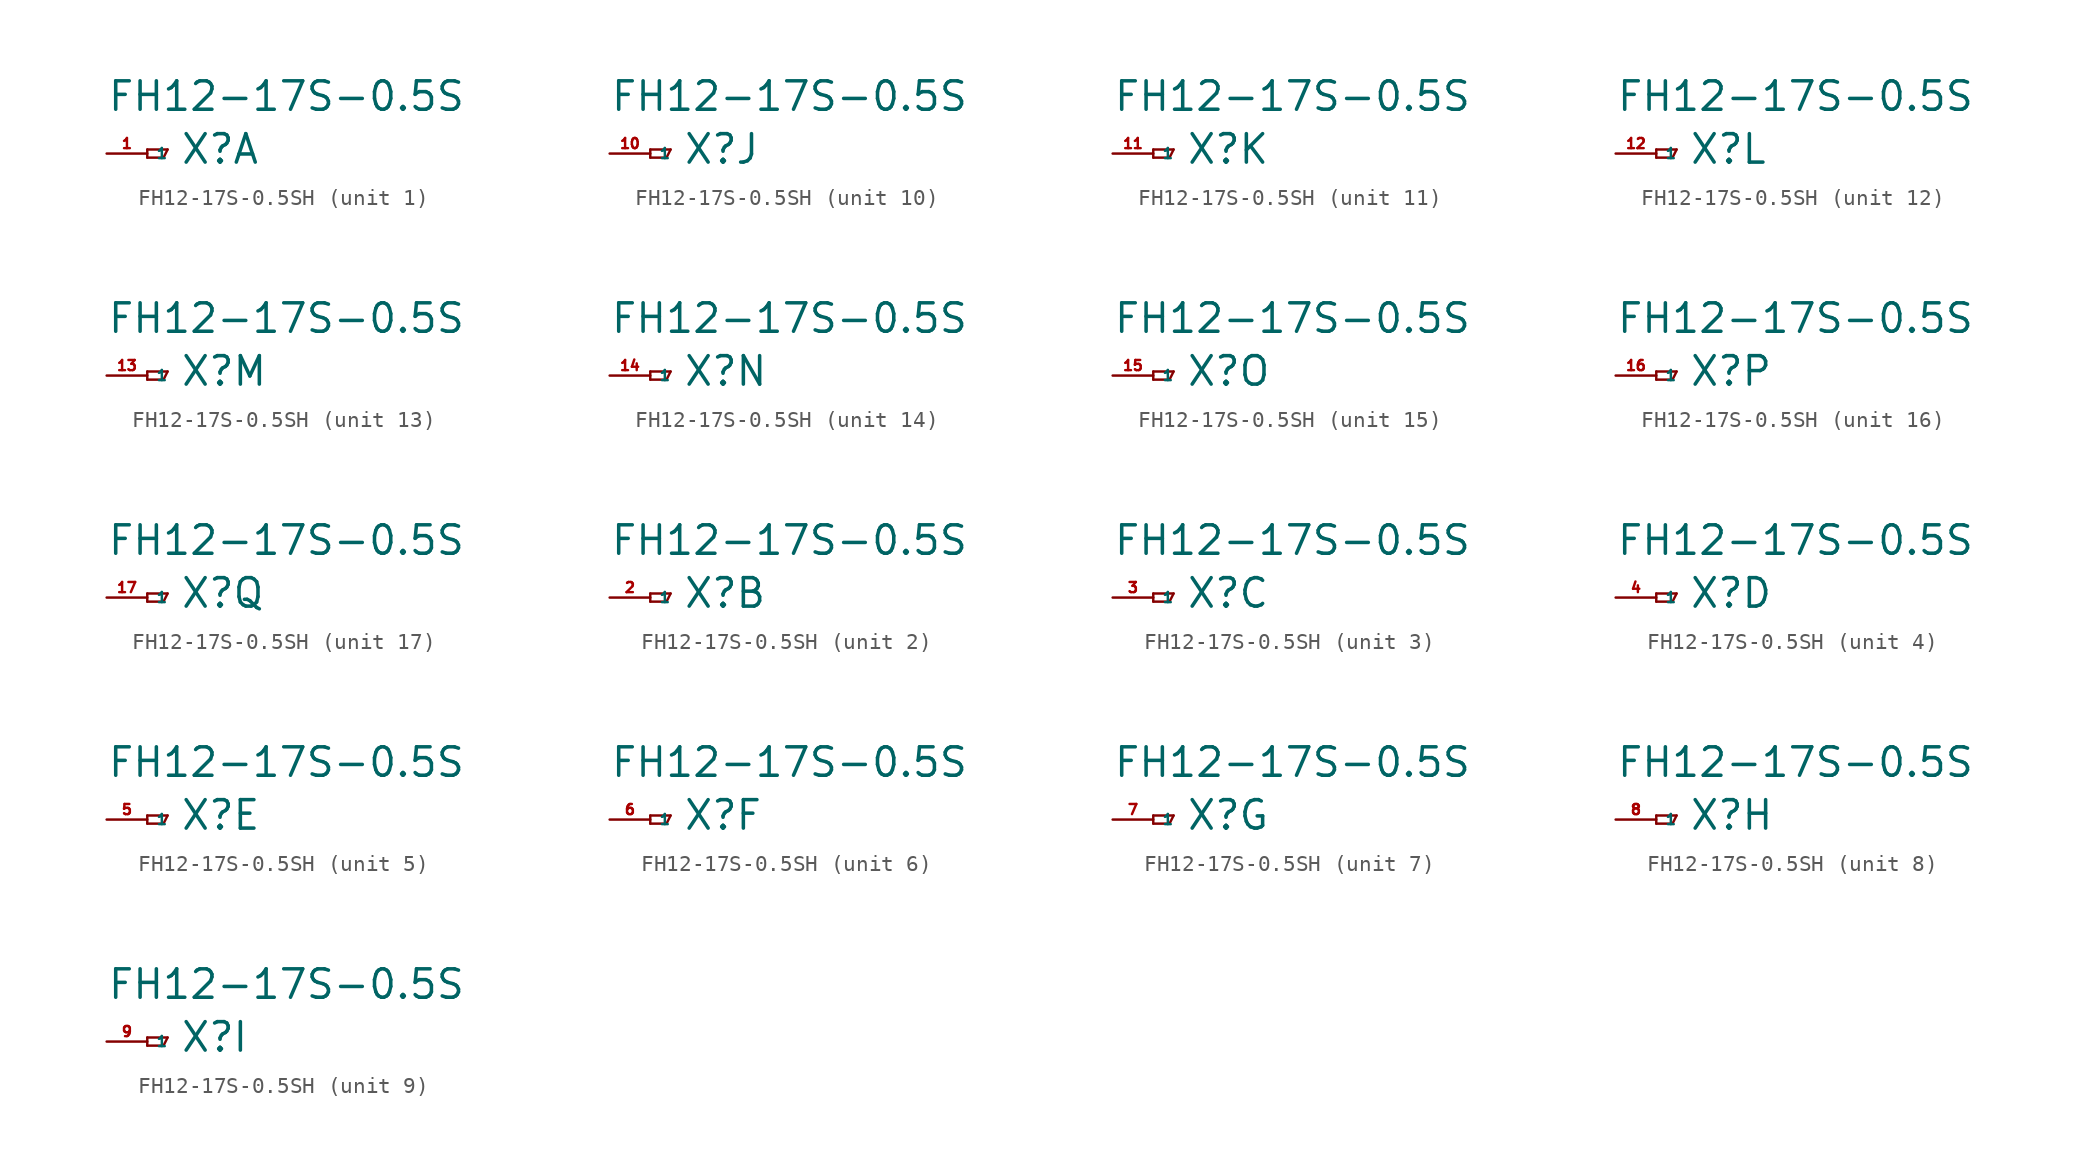
<source format=kicad_sym>
(kicad_symbol_lib
  (version 20220914)
  (generator Eagle2Kicad)
  (symbol "FH12-17S-0.5SH"
    (property "Reference" "X"
      (at 2.032 -0.762 0)
      (effects (font (size 1.778 1.778) (thickness 0.22)) (justify left bottom)))
    (property "Value" "FH12-17S-0.5S"
      (at -2.54 2.54 0)
      (effects (font (size 1.778 1.778) (thickness 0.22)) (justify left bottom)))
    (symbol "FH12-17S-0.5SH_1_0"
      (polyline (pts (xy 0 0.254) (xy 0 -0.254)) (stroke (width 0.152) (type default)) (fill (type none)))
      (polyline (pts (xy 0 -0.254) (xy 1.016 -0.254)) (stroke (width 0.152) (type default)) (fill (type none)))
      (polyline (pts (xy 1.016 -0.254) (xy 1.27 0.254)) (stroke (width 0.152) (type default)) (fill (type none)))
      (polyline (pts (xy 1.27 0.254) (xy 0 0.254)) (stroke (width 0.152) (type default)) (fill (type none)))
      (pin passive line (at -2.54 0 0) (length 2.54) (name "1" (effects (font (size 0.635 0.635) (thickness 0.08)) (justify left bottom))) (number "1" (effects (font (size 0.635 0.635) (thickness 0.08)) (justify left bottom)))))
    (symbol "FH12-17S-0.5SH_2_0"
      (polyline (pts (xy 0 0.254) (xy 0 -0.254)) (stroke (width 0.152) (type default)) (fill (type none)))
      (polyline (pts (xy 0 -0.254) (xy 1.016 -0.254)) (stroke (width 0.152) (type default)) (fill (type none)))
      (polyline (pts (xy 1.016 -0.254) (xy 1.27 0.254)) (stroke (width 0.152) (type default)) (fill (type none)))
      (polyline (pts (xy 1.27 0.254) (xy 0 0.254)) (stroke (width 0.152) (type default)) (fill (type none)))
      (pin passive line (at -2.54 0 0) (length 2.54) (name "1" (effects (font (size 0.635 0.635) (thickness 0.08)) (justify left bottom))) (number "2" (effects (font (size 0.635 0.635) (thickness 0.08)) (justify left bottom)))))
    (symbol "FH12-17S-0.5SH_3_0"
      (polyline (pts (xy 0 0.254) (xy 0 -0.254)) (stroke (width 0.152) (type default)) (fill (type none)))
      (polyline (pts (xy 0 -0.254) (xy 1.016 -0.254)) (stroke (width 0.152) (type default)) (fill (type none)))
      (polyline (pts (xy 1.016 -0.254) (xy 1.27 0.254)) (stroke (width 0.152) (type default)) (fill (type none)))
      (polyline (pts (xy 1.27 0.254) (xy 0 0.254)) (stroke (width 0.152) (type default)) (fill (type none)))
      (pin passive line (at -2.54 0 0) (length 2.54) (name "1" (effects (font (size 0.635 0.635) (thickness 0.08)) (justify left bottom))) (number "3" (effects (font (size 0.635 0.635) (thickness 0.08)) (justify left bottom)))))
    (symbol "FH12-17S-0.5SH_4_0"
      (polyline (pts (xy 0 0.254) (xy 0 -0.254)) (stroke (width 0.152) (type default)) (fill (type none)))
      (polyline (pts (xy 0 -0.254) (xy 1.016 -0.254)) (stroke (width 0.152) (type default)) (fill (type none)))
      (polyline (pts (xy 1.016 -0.254) (xy 1.27 0.254)) (stroke (width 0.152) (type default)) (fill (type none)))
      (polyline (pts (xy 1.27 0.254) (xy 0 0.254)) (stroke (width 0.152) (type default)) (fill (type none)))
      (pin passive line (at -2.54 0 0) (length 2.54) (name "1" (effects (font (size 0.635 0.635) (thickness 0.08)) (justify left bottom))) (number "4" (effects (font (size 0.635 0.635) (thickness 0.08)) (justify left bottom)))))
    (symbol "FH12-17S-0.5SH_5_0"
      (polyline (pts (xy 0 0.254) (xy 0 -0.254)) (stroke (width 0.152) (type default)) (fill (type none)))
      (polyline (pts (xy 0 -0.254) (xy 1.016 -0.254)) (stroke (width 0.152) (type default)) (fill (type none)))
      (polyline (pts (xy 1.016 -0.254) (xy 1.27 0.254)) (stroke (width 0.152) (type default)) (fill (type none)))
      (polyline (pts (xy 1.27 0.254) (xy 0 0.254)) (stroke (width 0.152) (type default)) (fill (type none)))
      (pin passive line (at -2.54 0 0) (length 2.54) (name "1" (effects (font (size 0.635 0.635) (thickness 0.08)) (justify left bottom))) (number "5" (effects (font (size 0.635 0.635) (thickness 0.08)) (justify left bottom)))))
    (symbol "FH12-17S-0.5SH_6_0"
      (polyline (pts (xy 0 0.254) (xy 0 -0.254)) (stroke (width 0.152) (type default)) (fill (type none)))
      (polyline (pts (xy 0 -0.254) (xy 1.016 -0.254)) (stroke (width 0.152) (type default)) (fill (type none)))
      (polyline (pts (xy 1.016 -0.254) (xy 1.27 0.254)) (stroke (width 0.152) (type default)) (fill (type none)))
      (polyline (pts (xy 1.27 0.254) (xy 0 0.254)) (stroke (width 0.152) (type default)) (fill (type none)))
      (pin passive line (at -2.54 0 0) (length 2.54) (name "1" (effects (font (size 0.635 0.635) (thickness 0.08)) (justify left bottom))) (number "6" (effects (font (size 0.635 0.635) (thickness 0.08)) (justify left bottom)))))
    (symbol "FH12-17S-0.5SH_7_0"
      (polyline (pts (xy 0 0.254) (xy 0 -0.254)) (stroke (width 0.152) (type default)) (fill (type none)))
      (polyline (pts (xy 0 -0.254) (xy 1.016 -0.254)) (stroke (width 0.152) (type default)) (fill (type none)))
      (polyline (pts (xy 1.016 -0.254) (xy 1.27 0.254)) (stroke (width 0.152) (type default)) (fill (type none)))
      (polyline (pts (xy 1.27 0.254) (xy 0 0.254)) (stroke (width 0.152) (type default)) (fill (type none)))
      (pin passive line (at -2.54 0 0) (length 2.54) (name "1" (effects (font (size 0.635 0.635) (thickness 0.08)) (justify left bottom))) (number "7" (effects (font (size 0.635 0.635) (thickness 0.08)) (justify left bottom)))))
    (symbol "FH12-17S-0.5SH_8_0"
      (polyline (pts (xy 0 0.254) (xy 0 -0.254)) (stroke (width 0.152) (type default)) (fill (type none)))
      (polyline (pts (xy 0 -0.254) (xy 1.016 -0.254)) (stroke (width 0.152) (type default)) (fill (type none)))
      (polyline (pts (xy 1.016 -0.254) (xy 1.27 0.254)) (stroke (width 0.152) (type default)) (fill (type none)))
      (polyline (pts (xy 1.27 0.254) (xy 0 0.254)) (stroke (width 0.152) (type default)) (fill (type none)))
      (pin passive line (at -2.54 0 0) (length 2.54) (name "1" (effects (font (size 0.635 0.635) (thickness 0.08)) (justify left bottom))) (number "8" (effects (font (size 0.635 0.635) (thickness 0.08)) (justify left bottom)))))
    (symbol "FH12-17S-0.5SH_9_0"
      (polyline (pts (xy 0 0.254) (xy 0 -0.254)) (stroke (width 0.152) (type default)) (fill (type none)))
      (polyline (pts (xy 0 -0.254) (xy 1.016 -0.254)) (stroke (width 0.152) (type default)) (fill (type none)))
      (polyline (pts (xy 1.016 -0.254) (xy 1.27 0.254)) (stroke (width 0.152) (type default)) (fill (type none)))
      (polyline (pts (xy 1.27 0.254) (xy 0 0.254)) (stroke (width 0.152) (type default)) (fill (type none)))
      (pin passive line (at -2.54 0 0) (length 2.54) (name "1" (effects (font (size 0.635 0.635) (thickness 0.08)) (justify left bottom))) (number "9" (effects (font (size 0.635 0.635) (thickness 0.08)) (justify left bottom)))))
    (symbol "FH12-17S-0.5SH_10_0"
      (polyline (pts (xy 0 0.254) (xy 0 -0.254)) (stroke (width 0.152) (type default)) (fill (type none)))
      (polyline (pts (xy 0 -0.254) (xy 1.016 -0.254)) (stroke (width 0.152) (type default)) (fill (type none)))
      (polyline (pts (xy 1.016 -0.254) (xy 1.27 0.254)) (stroke (width 0.152) (type default)) (fill (type none)))
      (polyline (pts (xy 1.27 0.254) (xy 0 0.254)) (stroke (width 0.152) (type default)) (fill (type none)))
      (pin passive line (at -2.54 0 0) (length 2.54) (name "1" (effects (font (size 0.635 0.635) (thickness 0.08)) (justify left bottom))) (number "10" (effects (font (size 0.635 0.635) (thickness 0.08)) (justify left bottom)))))
    (symbol "FH12-17S-0.5SH_11_0"
      (polyline (pts (xy 0 0.254) (xy 0 -0.254)) (stroke (width 0.152) (type default)) (fill (type none)))
      (polyline (pts (xy 0 -0.254) (xy 1.016 -0.254)) (stroke (width 0.152) (type default)) (fill (type none)))
      (polyline (pts (xy 1.016 -0.254) (xy 1.27 0.254)) (stroke (width 0.152) (type default)) (fill (type none)))
      (polyline (pts (xy 1.27 0.254) (xy 0 0.254)) (stroke (width 0.152) (type default)) (fill (type none)))
      (pin passive line (at -2.54 0 0) (length 2.54) (name "1" (effects (font (size 0.635 0.635) (thickness 0.08)) (justify left bottom))) (number "11" (effects (font (size 0.635 0.635) (thickness 0.08)) (justify left bottom)))))
    (symbol "FH12-17S-0.5SH_12_0"
      (polyline (pts (xy 0 0.254) (xy 0 -0.254)) (stroke (width 0.152) (type default)) (fill (type none)))
      (polyline (pts (xy 0 -0.254) (xy 1.016 -0.254)) (stroke (width 0.152) (type default)) (fill (type none)))
      (polyline (pts (xy 1.016 -0.254) (xy 1.27 0.254)) (stroke (width 0.152) (type default)) (fill (type none)))
      (polyline (pts (xy 1.27 0.254) (xy 0 0.254)) (stroke (width 0.152) (type default)) (fill (type none)))
      (pin passive line (at -2.54 0 0) (length 2.54) (name "1" (effects (font (size 0.635 0.635) (thickness 0.08)) (justify left bottom))) (number "12" (effects (font (size 0.635 0.635) (thickness 0.08)) (justify left bottom)))))
    (symbol "FH12-17S-0.5SH_13_0"
      (polyline (pts (xy 0 0.254) (xy 0 -0.254)) (stroke (width 0.152) (type default)) (fill (type none)))
      (polyline (pts (xy 0 -0.254) (xy 1.016 -0.254)) (stroke (width 0.152) (type default)) (fill (type none)))
      (polyline (pts (xy 1.016 -0.254) (xy 1.27 0.254)) (stroke (width 0.152) (type default)) (fill (type none)))
      (polyline (pts (xy 1.27 0.254) (xy 0 0.254)) (stroke (width 0.152) (type default)) (fill (type none)))
      (pin passive line (at -2.54 0 0) (length 2.54) (name "1" (effects (font (size 0.635 0.635) (thickness 0.08)) (justify left bottom))) (number "13" (effects (font (size 0.635 0.635) (thickness 0.08)) (justify left bottom)))))
    (symbol "FH12-17S-0.5SH_14_0"
      (polyline (pts (xy 0 0.254) (xy 0 -0.254)) (stroke (width 0.152) (type default)) (fill (type none)))
      (polyline (pts (xy 0 -0.254) (xy 1.016 -0.254)) (stroke (width 0.152) (type default)) (fill (type none)))
      (polyline (pts (xy 1.016 -0.254) (xy 1.27 0.254)) (stroke (width 0.152) (type default)) (fill (type none)))
      (polyline (pts (xy 1.27 0.254) (xy 0 0.254)) (stroke (width 0.152) (type default)) (fill (type none)))
      (pin passive line (at -2.54 0 0) (length 2.54) (name "1" (effects (font (size 0.635 0.635) (thickness 0.08)) (justify left bottom))) (number "14" (effects (font (size 0.635 0.635) (thickness 0.08)) (justify left bottom)))))
    (symbol "FH12-17S-0.5SH_15_0"
      (polyline (pts (xy 0 0.254) (xy 0 -0.254)) (stroke (width 0.152) (type default)) (fill (type none)))
      (polyline (pts (xy 0 -0.254) (xy 1.016 -0.254)) (stroke (width 0.152) (type default)) (fill (type none)))
      (polyline (pts (xy 1.016 -0.254) (xy 1.27 0.254)) (stroke (width 0.152) (type default)) (fill (type none)))
      (polyline (pts (xy 1.27 0.254) (xy 0 0.254)) (stroke (width 0.152) (type default)) (fill (type none)))
      (pin passive line (at -2.54 0 0) (length 2.54) (name "1" (effects (font (size 0.635 0.635) (thickness 0.08)) (justify left bottom))) (number "15" (effects (font (size 0.635 0.635) (thickness 0.08)) (justify left bottom)))))
    (symbol "FH12-17S-0.5SH_16_0"
      (polyline (pts (xy 0 0.254) (xy 0 -0.254)) (stroke (width 0.152) (type default)) (fill (type none)))
      (polyline (pts (xy 0 -0.254) (xy 1.016 -0.254)) (stroke (width 0.152) (type default)) (fill (type none)))
      (polyline (pts (xy 1.016 -0.254) (xy 1.27 0.254)) (stroke (width 0.152) (type default)) (fill (type none)))
      (polyline (pts (xy 1.27 0.254) (xy 0 0.254)) (stroke (width 0.152) (type default)) (fill (type none)))
      (pin passive line (at -2.54 0 0) (length 2.54) (name "1" (effects (font (size 0.635 0.635) (thickness 0.08)) (justify left bottom))) (number "16" (effects (font (size 0.635 0.635) (thickness 0.08)) (justify left bottom)))))
    (symbol "FH12-17S-0.5SH_17_0"
      (polyline (pts (xy 0 0.254) (xy 0 -0.254)) (stroke (width 0.152) (type default)) (fill (type none)))
      (polyline (pts (xy 0 -0.254) (xy 1.016 -0.254)) (stroke (width 0.152) (type default)) (fill (type none)))
      (polyline (pts (xy 1.016 -0.254) (xy 1.27 0.254)) (stroke (width 0.152) (type default)) (fill (type none)))
      (polyline (pts (xy 1.27 0.254) (xy 0 0.254)) (stroke (width 0.152) (type default)) (fill (type none)))
      (pin passive line (at -2.54 0 0) (length 2.54) (name "1" (effects (font (size 0.635 0.635) (thickness 0.08)) (justify left bottom))) (number "17" (effects (font (size 0.635 0.635) (thickness 0.08)) (justify left bottom)))))))
</source>
